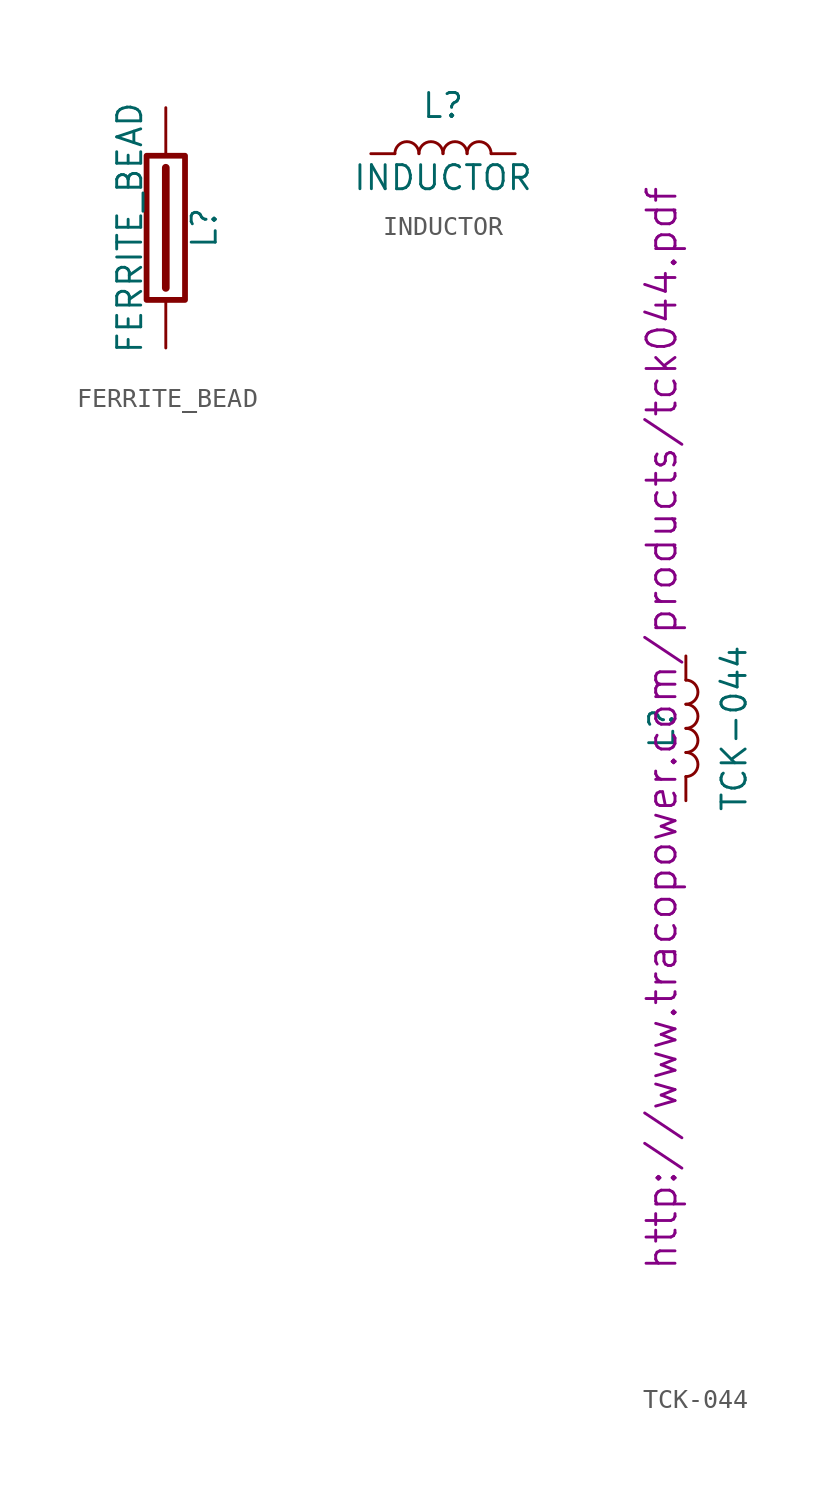
<source format=kicad_sym>
(kicad_symbol_lib
  (version 20201005)
  (generator kicad_symbol_editor)
  (symbol "FERRITE_BEAD"
    (pin_numbers hide)
    (pin_names
      (offset 0))
    (property "Reference" "L"
      (at 2.032 0 90)
      (effects (font (size 1.27 1.27))))
    (property "Value" "FERRITE_BEAD"
      (at -1.905 0 90)
      (effects (font (size 1.27 1.27))))
    (symbol "FERRITE_BEAD_0_1"
      (rectangle (start -1.016 3.81) (end 1.016 -3.81) (stroke (width 0.305)) (fill (type none)))
      (polyline (pts (xy 0 3.175) (xy 0 -3.175)) (stroke (width 0.406)) (fill (type none))))
    (symbol "FERRITE_BEAD_1_1"
      (pin passive line (at 0 6.35 270) (length 2.54) (name "~" (effects (font (size 1.524 1.524)))) (number "1" (effects (font (size 1.524 1.524)))))
      (pin passive line (at 0 -6.35 90) (length 2.54) (name "~" (effects (font (size 1.524 1.524)))) (number "2" (effects (font (size 1.524 1.524)))))))
  (symbol "INDUCTOR"
    (pin_numbers hide)
    (pin_names
      (offset 1.016) hide)
    (property "Reference" "L"
      (at 0 2.54 0)
      (effects (font (size 1.27 1.27))))
    (property "Value" "INDUCTOR"
      (at 0 -1.27 0)
      (effects (font (size 1.27 1.27))))
    (symbol "INDUCTOR_0_1"
      (arc (start -1.27 0) (end -2.54 0) (radius (at -1.905 0) (length 0.635) (angles 0.1 179.9)) (stroke (width 0)) (fill (type none)))
      (arc (start 0 0) (end -1.27 0) (radius (at -0.635 0) (length 0.635) (angles 0.1 179.9)) (stroke (width 0)) (fill (type none)))
      (arc (start 1.27 0) (end 0 0) (radius (at 0.635 0) (length 0.635) (angles 0.1 179.9)) (stroke (width 0)) (fill (type none)))
      (arc (start 2.54 0) (end 1.27 0) (radius (at 1.905 0) (length 0.635) (angles 0.1 179.9)) (stroke (width 0)) (fill (type none))))
    (symbol "INDUCTOR_1_1"
      (pin passive line (at -3.81 0 0) (length 1.27) (name "1" (effects (font (size 1.778 1.778)))) (number "1" (effects (font (size 1.778 1.778)))))
      (pin passive line (at 3.81 0 180) (length 1.27) (name "2" (effects (font (size 1.778 1.778)))) (number "2" (effects (font (size 1.778 1.778)))))))
  (symbol "TCK-044"
    (pin_numbers hide)
    (pin_names
      (offset 1.016) hide)
    (property "Reference" "L"
      (at -1.27 0 90)
      (effects (font (size 1.27 1.27))))
    (property "Value" "TCK-044"
      (at 2.54 0 90)
      (effects (font (size 1.27 1.27))))
    (property "Footprint" ""
      (at 0 0 0)
      (effects (font (size 1.524 1.524))))
    (property "Datasheet" "http://www.tracopower.com/products/tck044.pdf"
      (at -1.27 0 90)
      (effects (font (size 1.524 1.524))))
    (symbol "TCK-044_0_1"
      (arc (start 0 -2.54) (end 0 -1.27) (radius (at 0 -1.905) (length 0.635) (angles -89.9 89.9)) (stroke (width 0)) (fill (type none)))
      (arc (start 0 -1.27) (end 0 0) (radius (at 0 -0.635) (length 0.635) (angles -89.9 89.9)) (stroke (width 0)) (fill (type none)))
      (arc (start 0 0) (end 0 1.27) (radius (at 0 0.635) (length 0.635) (angles -89.9 89.9)) (stroke (width 0)) (fill (type none)))
      (arc (start 0 1.27) (end 0 2.54) (radius (at 0 1.905) (length 0.635) (angles -89.9 89.9)) (stroke (width 0)) (fill (type none))))
    (symbol "TCK-044_1_1"
      (pin passive line (at 0 3.81 270) (length 1.27) (name "1" (effects (font (size 1.778 1.778)))) (number "1" (effects (font (size 1.778 1.778)))))
      (pin passive line (at 0 -3.81 90) (length 1.27) (name "2" (effects (font (size 1.778 1.778)))) (number "2" (effects (font (size 1.778 1.778))))))))
</source>
